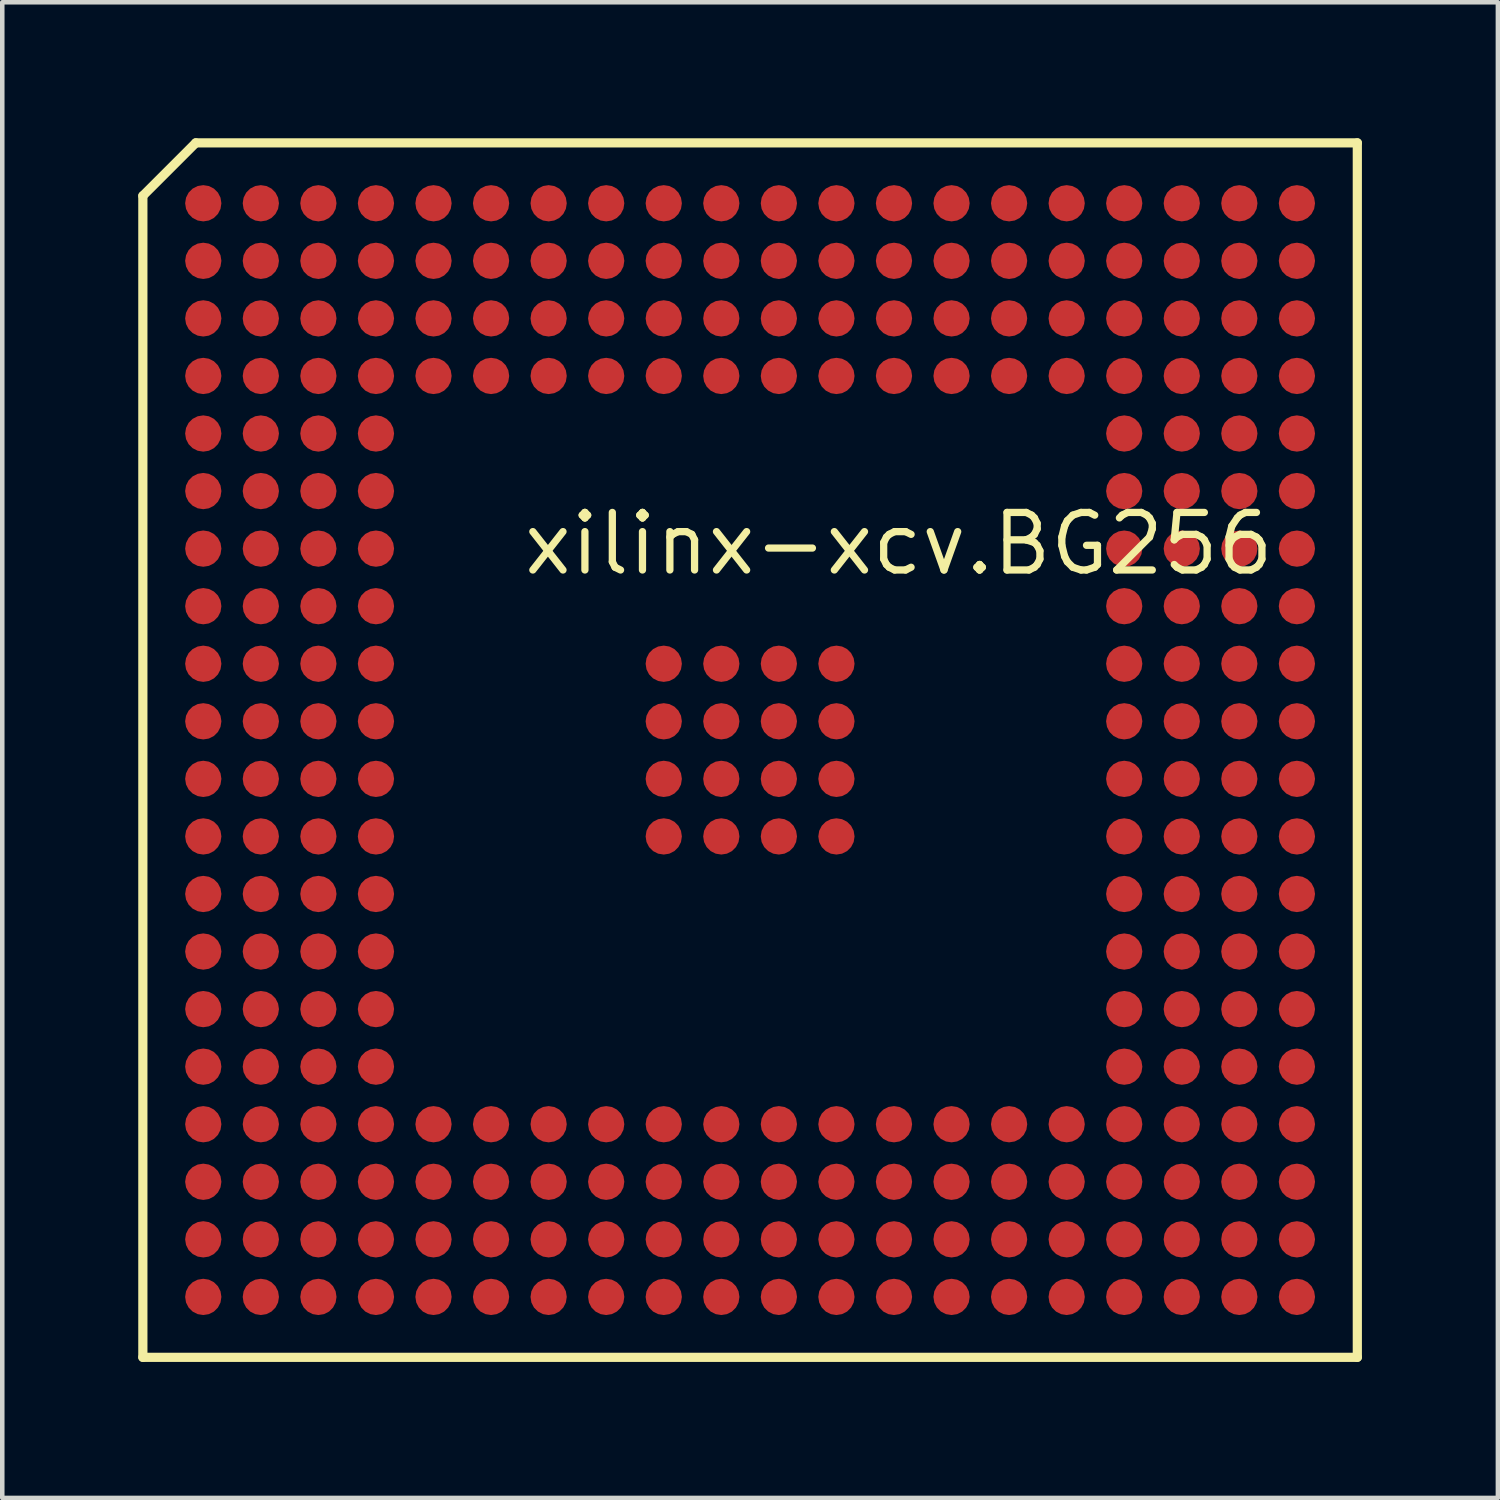
<source format=kicad_pcb>
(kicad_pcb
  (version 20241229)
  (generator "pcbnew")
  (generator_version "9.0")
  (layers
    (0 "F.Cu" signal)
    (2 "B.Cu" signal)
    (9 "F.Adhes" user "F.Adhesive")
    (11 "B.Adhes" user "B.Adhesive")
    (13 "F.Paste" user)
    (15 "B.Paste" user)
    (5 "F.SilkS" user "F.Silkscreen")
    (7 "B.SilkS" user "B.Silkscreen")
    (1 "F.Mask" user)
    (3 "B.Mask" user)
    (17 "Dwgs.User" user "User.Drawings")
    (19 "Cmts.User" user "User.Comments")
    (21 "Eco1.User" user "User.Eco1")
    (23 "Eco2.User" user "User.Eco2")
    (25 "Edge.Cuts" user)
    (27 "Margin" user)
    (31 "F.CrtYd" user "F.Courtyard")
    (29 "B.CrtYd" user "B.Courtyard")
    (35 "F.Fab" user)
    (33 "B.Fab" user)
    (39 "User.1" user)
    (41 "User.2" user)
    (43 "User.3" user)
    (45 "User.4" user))
  (footprint "xilinx-xcv.BG256"
    (layer "F.Cu")
    (at 13.5 13.5)
    (property "Reference" "xilinx-xcv.BG256" (at -5.08 -3.81 0) (layer "F.SilkS") (effects (font (size 1.27 1.27) (thickness 0.16)) (justify left bottom)))
    (attr smd)
    (fp_circle (center -12.065 -12.065) (end -11.665 -12.065) (stroke (width 0.1) (type default)) (fill no) (layer "F.Mask"))
    (fp_circle (center -12.065 -10.795) (end -11.665 -10.795) (stroke (width 0.1) (type default)) (fill no) (layer "F.Mask"))
    (fp_circle (center -12.065 -9.525) (end -11.665 -9.525) (stroke (width 0.1) (type default)) (fill no) (layer "F.Mask"))
    (fp_circle (center -12.065 -8.255) (end -11.665 -8.255) (stroke (width 0.1) (type default)) (fill no) (layer "F.Mask"))
    (fp_circle (center -12.065 -6.985) (end -11.665 -6.985) (stroke (width 0.1) (type default)) (fill no) (layer "F.Mask"))
    (fp_circle (center -12.065 -5.715) (end -11.665 -5.715) (stroke (width 0.1) (type default)) (fill no) (layer "F.Mask"))
    (fp_circle (center -12.065 -4.445) (end -11.665 -4.445) (stroke (width 0.1) (type default)) (fill no) (layer "F.Mask"))
    (fp_circle (center -12.065 -3.175) (end -11.665 -3.175) (stroke (width 0.1) (type default)) (fill no) (layer "F.Mask"))
    (fp_circle (center -12.065 -1.905) (end -11.665 -1.905) (stroke (width 0.1) (type default)) (fill no) (layer "F.Mask"))
    (fp_circle (center -12.065 -0.635) (end -11.665 -0.635) (stroke (width 0.1) (type default)) (fill no) (layer "F.Mask"))
    (fp_circle (center -12.065 0.635) (end -11.665 0.635) (stroke (width 0.1) (type default)) (fill no) (layer "F.Mask"))
    (fp_circle (center -12.065 1.905) (end -11.665 1.905) (stroke (width 0.1) (type default)) (fill no) (layer "F.Mask"))
    (fp_circle (center -12.065 3.175) (end -11.665 3.175) (stroke (width 0.1) (type default)) (fill no) (layer "F.Mask"))
    (fp_circle (center -12.065 4.445) (end -11.665 4.445) (stroke (width 0.1) (type default)) (fill no) (layer "F.Mask"))
    (fp_circle (center -12.065 5.715) (end -11.665 5.715) (stroke (width 0.1) (type default)) (fill no) (layer "F.Mask"))
    (fp_circle (center -12.065 6.985) (end -11.665 6.985) (stroke (width 0.1) (type default)) (fill no) (layer "F.Mask"))
    (fp_circle (center -12.065 8.255) (end -11.665 8.255) (stroke (width 0.1) (type default)) (fill no) (layer "F.Mask"))
    (fp_circle (center -12.065 9.525) (end -11.665 9.525) (stroke (width 0.1) (type default)) (fill no) (layer "F.Mask"))
    (fp_circle (center -12.065 10.795) (end -11.665 10.795) (stroke (width 0.1) (type default)) (fill no) (layer "F.Mask"))
    (fp_circle (center -12.065 12.065) (end -11.665 12.065) (stroke (width 0.1) (type default)) (fill no) (layer "F.Mask"))
    (fp_circle (center -10.795 -12.065) (end -10.395 -12.065) (stroke (width 0.1) (type default)) (fill no) (layer "F.Mask"))
    (fp_circle (center -10.795 -10.795) (end -10.395 -10.795) (stroke (width 0.1) (type default)) (fill no) (layer "F.Mask"))
    (fp_circle (center -10.795 -9.525) (end -10.395 -9.525) (stroke (width 0.1) (type default)) (fill no) (layer "F.Mask"))
    (fp_circle (center -10.795 -8.255) (end -10.395 -8.255) (stroke (width 0.1) (type default)) (fill no) (layer "F.Mask"))
    (fp_circle (center -10.795 -6.985) (end -10.395 -6.985) (stroke (width 0.1) (type default)) (fill no) (layer "F.Mask"))
    (fp_circle (center -10.795 -5.715) (end -10.395 -5.715) (stroke (width 0.1) (type default)) (fill no) (layer "F.Mask"))
    (fp_circle (center -10.795 -4.445) (end -10.395 -4.445) (stroke (width 0.1) (type default)) (fill no) (layer "F.Mask"))
    (fp_circle (center -10.795 -3.175) (end -10.395 -3.175) (stroke (width 0.1) (type default)) (fill no) (layer "F.Mask"))
    (fp_circle (center -10.795 -1.905) (end -10.395 -1.905) (stroke (width 0.1) (type default)) (fill no) (layer "F.Mask"))
    (fp_circle (center -10.795 -0.635) (end -10.395 -0.635) (stroke (width 0.1) (type default)) (fill no) (layer "F.Mask"))
    (fp_circle (center -10.795 0.635) (end -10.395 0.635) (stroke (width 0.1) (type default)) (fill no) (layer "F.Mask"))
    (fp_circle (center -10.795 1.905) (end -10.395 1.905) (stroke (width 0.1) (type default)) (fill no) (layer "F.Mask"))
    (fp_circle (center -10.795 3.175) (end -10.395 3.175) (stroke (width 0.1) (type default)) (fill no) (layer "F.Mask"))
    (fp_circle (center -10.795 4.445) (end -10.395 4.445) (stroke (width 0.1) (type default)) (fill no) (layer "F.Mask"))
    (fp_circle (center -10.795 5.715) (end -10.395 5.715) (stroke (width 0.1) (type default)) (fill no) (layer "F.Mask"))
    (fp_circle (center -10.795 6.985) (end -10.395 6.985) (stroke (width 0.1) (type default)) (fill no) (layer "F.Mask"))
    (fp_circle (center -10.795 8.255) (end -10.395 8.255) (stroke (width 0.1) (type default)) (fill no) (layer "F.Mask"))
    (fp_circle (center -10.795 9.525) (end -10.395 9.525) (stroke (width 0.1) (type default)) (fill no) (layer "F.Mask"))
    (fp_circle (center -10.795 10.795) (end -10.395 10.795) (stroke (width 0.1) (type default)) (fill no) (layer "F.Mask"))
    (fp_circle (center -10.795 12.065) (end -10.395 12.065) (stroke (width 0.1) (type default)) (fill no) (layer "F.Mask"))
    (fp_circle (center -9.525 -12.065) (end -9.125 -12.065) (stroke (width 0.1) (type default)) (fill no) (layer "F.Mask"))
    (fp_circle (center -9.525 -10.795) (end -9.125 -10.795) (stroke (width 0.1) (type default)) (fill no) (layer "F.Mask"))
    (fp_circle (center -9.525 -9.525) (end -9.125 -9.525) (stroke (width 0.1) (type default)) (fill no) (layer "F.Mask"))
    (fp_circle (center -9.525 -8.255) (end -9.125 -8.255) (stroke (width 0.1) (type default)) (fill no) (layer "F.Mask"))
    (fp_circle (center -9.525 -6.985) (end -9.125 -6.985) (stroke (width 0.1) (type default)) (fill no) (layer "F.Mask"))
    (fp_circle (center -9.525 -5.715) (end -9.125 -5.715) (stroke (width 0.1) (type default)) (fill no) (layer "F.Mask"))
    (fp_circle (center -9.525 -4.445) (end -9.125 -4.445) (stroke (width 0.1) (type default)) (fill no) (layer "F.Mask"))
    (fp_circle (center -9.525 -3.175) (end -9.125 -3.175) (stroke (width 0.1) (type default)) (fill no) (layer "F.Mask"))
    (fp_circle (center -9.525 -1.905) (end -9.125 -1.905) (stroke (width 0.1) (type default)) (fill no) (layer "F.Mask"))
    (fp_circle (center -9.525 -0.635) (end -9.125 -0.635) (stroke (width 0.1) (type default)) (fill no) (layer "F.Mask"))
    (fp_circle (center -9.525 0.635) (end -9.125 0.635) (stroke (width 0.1) (type default)) (fill no) (layer "F.Mask"))
    (fp_circle (center -9.525 1.905) (end -9.125 1.905) (stroke (width 0.1) (type default)) (fill no) (layer "F.Mask"))
    (fp_circle (center -9.525 3.175) (end -9.125 3.175) (stroke (width 0.1) (type default)) (fill no) (layer "F.Mask"))
    (fp_circle (center -9.525 4.445) (end -9.125 4.445) (stroke (width 0.1) (type default)) (fill no) (layer "F.Mask"))
    (fp_circle (center -9.525 5.715) (end -9.125 5.715) (stroke (width 0.1) (type default)) (fill no) (layer "F.Mask"))
    (fp_circle (center -9.525 6.985) (end -9.125 6.985) (stroke (width 0.1) (type default)) (fill no) (layer "F.Mask"))
    (fp_circle (center -9.525 8.255) (end -9.125 8.255) (stroke (width 0.1) (type default)) (fill no) (layer "F.Mask"))
    (fp_circle (center -9.525 9.525) (end -9.125 9.525) (stroke (width 0.1) (type default)) (fill no) (layer "F.Mask"))
    (fp_circle (center -9.525 10.795) (end -9.125 10.795) (stroke (width 0.1) (type default)) (fill no) (layer "F.Mask"))
    (fp_circle (center -9.525 12.065) (end -9.125 12.065) (stroke (width 0.1) (type default)) (fill no) (layer "F.Mask"))
    (fp_circle (center -8.255 -12.065) (end -7.855 -12.065) (stroke (width 0.1) (type default)) (fill no) (layer "F.Mask"))
    (fp_circle (center -8.255 -10.795) (end -7.855 -10.795) (stroke (width 0.1) (type default)) (fill no) (layer "F.Mask"))
    (fp_circle (center -8.255 -9.525) (end -7.855 -9.525) (stroke (width 0.1) (type default)) (fill no) (layer "F.Mask"))
    (fp_circle (center -8.255 -8.255) (end -7.855 -8.255) (stroke (width 0.1) (type default)) (fill no) (layer "F.Mask"))
    (fp_circle (center -8.255 -6.985) (end -7.855 -6.985) (stroke (width 0.1) (type default)) (fill no) (layer "F.Mask"))
    (fp_circle (center -8.255 -5.715) (end -7.855 -5.715) (stroke (width 0.1) (type default)) (fill no) (layer "F.Mask"))
    (fp_circle (center -8.255 -4.445) (end -7.855 -4.445) (stroke (width 0.1) (type default)) (fill no) (layer "F.Mask"))
    (fp_circle (center -8.255 -3.175) (end -7.855 -3.175) (stroke (width 0.1) (type default)) (fill no) (layer "F.Mask"))
    (fp_circle (center -8.255 -1.905) (end -7.855 -1.905) (stroke (width 0.1) (type default)) (fill no) (layer "F.Mask"))
    (fp_circle (center -8.255 -0.635) (end -7.855 -0.635) (stroke (width 0.1) (type default)) (fill no) (layer "F.Mask"))
    (fp_circle (center -8.255 0.635) (end -7.855 0.635) (stroke (width 0.1) (type default)) (fill no) (layer "F.Mask"))
    (fp_circle (center -8.255 1.905) (end -7.855 1.905) (stroke (width 0.1) (type default)) (fill no) (layer "F.Mask"))
    (fp_circle (center -8.255 3.175) (end -7.855 3.175) (stroke (width 0.1) (type default)) (fill no) (layer "F.Mask"))
    (fp_circle (center -8.255 4.445) (end -7.855 4.445) (stroke (width 0.1) (type default)) (fill no) (layer "F.Mask"))
    (fp_circle (center -8.255 5.715) (end -7.855 5.715) (stroke (width 0.1) (type default)) (fill no) (layer "F.Mask"))
    (fp_circle (center -8.255 6.985) (end -7.855 6.985) (stroke (width 0.1) (type default)) (fill no) (layer "F.Mask"))
    (fp_circle (center -8.255 8.255) (end -7.855 8.255) (stroke (width 0.1) (type default)) (fill no) (layer "F.Mask"))
    (fp_circle (center -8.255 9.525) (end -7.855 9.525) (stroke (width 0.1) (type default)) (fill no) (layer "F.Mask"))
    (fp_circle (center -8.255 10.795) (end -7.855 10.795) (stroke (width 0.1) (type default)) (fill no) (layer "F.Mask"))
    (fp_circle (center -8.255 12.065) (end -7.855 12.065) (stroke (width 0.1) (type default)) (fill no) (layer "F.Mask"))
    (fp_circle (center -6.985 -12.065) (end -6.585 -12.065) (stroke (width 0.1) (type default)) (fill no) (layer "F.Mask"))
    (fp_circle (center -6.985 -10.795) (end -6.585 -10.795) (stroke (width 0.1) (type default)) (fill no) (layer "F.Mask"))
    (fp_circle (center -6.985 -9.525) (end -6.585 -9.525) (stroke (width 0.1) (type default)) (fill no) (layer "F.Mask"))
    (fp_circle (center -6.985 -8.255) (end -6.585 -8.255) (stroke (width 0.1) (type default)) (fill no) (layer "F.Mask"))
    (fp_circle (center -6.985 8.255) (end -6.585 8.255) (stroke (width 0.1) (type default)) (fill no) (layer "F.Mask"))
    (fp_circle (center -6.985 9.525) (end -6.585 9.525) (stroke (width 0.1) (type default)) (fill no) (layer "F.Mask"))
    (fp_circle (center -6.985 10.795) (end -6.585 10.795) (stroke (width 0.1) (type default)) (fill no) (layer "F.Mask"))
    (fp_circle (center -6.985 12.065) (end -6.585 12.065) (stroke (width 0.1) (type default)) (fill no) (layer "F.Mask"))
    (fp_circle (center -5.715 -12.065) (end -5.315 -12.065) (stroke (width 0.1) (type default)) (fill no) (layer "F.Mask"))
    (fp_circle (center -5.715 -10.795) (end -5.315 -10.795) (stroke (width 0.1) (type default)) (fill no) (layer "F.Mask"))
    (fp_circle (center -5.715 -9.525) (end -5.315 -9.525) (stroke (width 0.1) (type default)) (fill no) (layer "F.Mask"))
    (fp_circle (center -5.715 -8.255) (end -5.315 -8.255) (stroke (width 0.1) (type default)) (fill no) (layer "F.Mask"))
    (fp_circle (center -5.715 8.255) (end -5.315 8.255) (stroke (width 0.1) (type default)) (fill no) (layer "F.Mask"))
    (fp_circle (center -5.715 9.525) (end -5.315 9.525) (stroke (width 0.1) (type default)) (fill no) (layer "F.Mask"))
    (fp_circle (center -5.715 10.795) (end -5.315 10.795) (stroke (width 0.1) (type default)) (fill no) (layer "F.Mask"))
    (fp_circle (center -5.715 12.065) (end -5.315 12.065) (stroke (width 0.1) (type default)) (fill no) (layer "F.Mask"))
    (fp_circle (center -4.445 -12.065) (end -4.045 -12.065) (stroke (width 0.1) (type default)) (fill no) (layer "F.Mask"))
    (fp_circle (center -4.445 -10.795) (end -4.045 -10.795) (stroke (width 0.1) (type default)) (fill no) (layer "F.Mask"))
    (fp_circle (center -4.445 -9.525) (end -4.045 -9.525) (stroke (width 0.1) (type default)) (fill no) (layer "F.Mask"))
    (fp_circle (center -4.445 -8.255) (end -4.045 -8.255) (stroke (width 0.1) (type default)) (fill no) (layer "F.Mask"))
    (fp_circle (center -4.445 8.255) (end -4.045 8.255) (stroke (width 0.1) (type default)) (fill no) (layer "F.Mask"))
    (fp_circle (center -4.445 9.525) (end -4.045 9.525) (stroke (width 0.1) (type default)) (fill no) (layer "F.Mask"))
    (fp_circle (center -4.445 10.795) (end -4.045 10.795) (stroke (width 0.1) (type default)) (fill no) (layer "F.Mask"))
    (fp_circle (center -4.445 12.065) (end -4.045 12.065) (stroke (width 0.1) (type default)) (fill no) (layer "F.Mask"))
    (fp_circle (center -3.175 -12.065) (end -2.775 -12.065) (stroke (width 0.1) (type default)) (fill no) (layer "F.Mask"))
    (fp_circle (center -3.175 -10.795) (end -2.775 -10.795) (stroke (width 0.1) (type default)) (fill no) (layer "F.Mask"))
    (fp_circle (center -3.175 -9.525) (end -2.775 -9.525) (stroke (width 0.1) (type default)) (fill no) (layer "F.Mask"))
    (fp_circle (center -3.175 -8.255) (end -2.775 -8.255) (stroke (width 0.1) (type default)) (fill no) (layer "F.Mask"))
    (fp_circle (center -3.175 8.255) (end -2.775 8.255) (stroke (width 0.1) (type default)) (fill no) (layer "F.Mask"))
    (fp_circle (center -3.175 9.525) (end -2.775 9.525) (stroke (width 0.1) (type default)) (fill no) (layer "F.Mask"))
    (fp_circle (center -3.175 10.795) (end -2.775 10.795) (stroke (width 0.1) (type default)) (fill no) (layer "F.Mask"))
    (fp_circle (center -3.175 12.065) (end -2.775 12.065) (stroke (width 0.1) (type default)) (fill no) (layer "F.Mask"))
    (fp_circle (center -1.905 -12.065) (end -1.505 -12.065) (stroke (width 0.1) (type default)) (fill no) (layer "F.Mask"))
    (fp_circle (center -1.905 -10.795) (end -1.505 -10.795) (stroke (width 0.1) (type default)) (fill no) (layer "F.Mask"))
    (fp_circle (center -1.905 -9.525) (end -1.505 -9.525) (stroke (width 0.1) (type default)) (fill no) (layer "F.Mask"))
    (fp_circle (center -1.905 -8.255) (end -1.505 -8.255) (stroke (width 0.1) (type default)) (fill no) (layer "F.Mask"))
    (fp_circle (center -1.905 -1.905) (end -1.505 -1.905) (stroke (width 0.1) (type default)) (fill no) (layer "F.Mask"))
    (fp_circle (center -1.905 -0.635) (end -1.505 -0.635) (stroke (width 0.1) (type default)) (fill no) (layer "F.Mask"))
    (fp_circle (center -1.905 0.635) (end -1.505 0.635) (stroke (width 0.1) (type default)) (fill no) (layer "F.Mask"))
    (fp_circle (center -1.905 1.905) (end -1.505 1.905) (stroke (width 0.1) (type default)) (fill no) (layer "F.Mask"))
    (fp_circle (center -1.905 8.255) (end -1.505 8.255) (stroke (width 0.1) (type default)) (fill no) (layer "F.Mask"))
    (fp_circle (center -1.905 9.525) (end -1.505 9.525) (stroke (width 0.1) (type default)) (fill no) (layer "F.Mask"))
    (fp_circle (center -1.905 10.795) (end -1.505 10.795) (stroke (width 0.1) (type default)) (fill no) (layer "F.Mask"))
    (fp_circle (center -1.905 12.065) (end -1.505 12.065) (stroke (width 0.1) (type default)) (fill no) (layer "F.Mask"))
    (fp_circle (center -0.635 -12.065) (end -0.235 -12.065) (stroke (width 0.1) (type default)) (fill no) (layer "F.Mask"))
    (fp_circle (center -0.635 -10.795) (end -0.235 -10.795) (stroke (width 0.1) (type default)) (fill no) (layer "F.Mask"))
    (fp_circle (center -0.635 -9.525) (end -0.235 -9.525) (stroke (width 0.1) (type default)) (fill no) (layer "F.Mask"))
    (fp_circle (center -0.635 -8.255) (end -0.235 -8.255) (stroke (width 0.1) (type default)) (fill no) (layer "F.Mask"))
    (fp_circle (center -0.635 -1.905) (end -0.235 -1.905) (stroke (width 0.1) (type default)) (fill no) (layer "F.Mask"))
    (fp_circle (center -0.635 -0.635) (end -0.235 -0.635) (stroke (width 0.1) (type default)) (fill no) (layer "F.Mask"))
    (fp_circle (center -0.635 0.635) (end -0.235 0.635) (stroke (width 0.1) (type default)) (fill no) (layer "F.Mask"))
    (fp_circle (center -0.635 1.905) (end -0.235 1.905) (stroke (width 0.1) (type default)) (fill no) (layer "F.Mask"))
    (fp_circle (center -0.635 8.255) (end -0.235 8.255) (stroke (width 0.1) (type default)) (fill no) (layer "F.Mask"))
    (fp_circle (center -0.635 9.525) (end -0.235 9.525) (stroke (width 0.1) (type default)) (fill no) (layer "F.Mask"))
    (fp_circle (center -0.635 10.795) (end -0.235 10.795) (stroke (width 0.1) (type default)) (fill no) (layer "F.Mask"))
    (fp_circle (center -0.635 12.065) (end -0.235 12.065) (stroke (width 0.1) (type default)) (fill no) (layer "F.Mask"))
    (fp_circle (center 0.635 -12.065) (end 1.035 -12.065) (stroke (width 0.1) (type default)) (fill no) (layer "F.Mask"))
    (fp_circle (center 0.635 -10.795) (end 1.035 -10.795) (stroke (width 0.1) (type default)) (fill no) (layer "F.Mask"))
    (fp_circle (center 0.635 -9.525) (end 1.035 -9.525) (stroke (width 0.1) (type default)) (fill no) (layer "F.Mask"))
    (fp_circle (center 0.635 -8.255) (end 1.035 -8.255) (stroke (width 0.1) (type default)) (fill no) (layer "F.Mask"))
    (fp_circle (center 0.635 -1.905) (end 1.035 -1.905) (stroke (width 0.1) (type default)) (fill no) (layer "F.Mask"))
    (fp_circle (center 0.635 -0.635) (end 1.035 -0.635) (stroke (width 0.1) (type default)) (fill no) (layer "F.Mask"))
    (fp_circle (center 0.635 0.635) (end 1.035 0.635) (stroke (width 0.1) (type default)) (fill no) (layer "F.Mask"))
    (fp_circle (center 0.635 1.905) (end 1.035 1.905) (stroke (width 0.1) (type default)) (fill no) (layer "F.Mask"))
    (fp_circle (center 0.635 8.255) (end 1.035 8.255) (stroke (width 0.1) (type default)) (fill no) (layer "F.Mask"))
    (fp_circle (center 0.635 9.525) (end 1.035 9.525) (stroke (width 0.1) (type default)) (fill no) (layer "F.Mask"))
    (fp_circle (center 0.635 10.795) (end 1.035 10.795) (stroke (width 0.1) (type default)) (fill no) (layer "F.Mask"))
    (fp_circle (center 0.635 12.065) (end 1.035 12.065) (stroke (width 0.1) (type default)) (fill no) (layer "F.Mask"))
    (fp_circle (center 1.905 -12.065) (end 2.305 -12.065) (stroke (width 0.1) (type default)) (fill no) (layer "F.Mask"))
    (fp_circle (center 1.905 -10.795) (end 2.305 -10.795) (stroke (width 0.1) (type default)) (fill no) (layer "F.Mask"))
    (fp_circle (center 1.905 -9.525) (end 2.305 -9.525) (stroke (width 0.1) (type default)) (fill no) (layer "F.Mask"))
    (fp_circle (center 1.905 -8.255) (end 2.305 -8.255) (stroke (width 0.1) (type default)) (fill no) (layer "F.Mask"))
    (fp_circle (center 1.905 -1.905) (end 2.305 -1.905) (stroke (width 0.1) (type default)) (fill no) (layer "F.Mask"))
    (fp_circle (center 1.905 -0.635) (end 2.305 -0.635) (stroke (width 0.1) (type default)) (fill no) (layer "F.Mask"))
    (fp_circle (center 1.905 0.635) (end 2.305 0.635) (stroke (width 0.1) (type default)) (fill no) (layer "F.Mask"))
    (fp_circle (center 1.905 1.905) (end 2.305 1.905) (stroke (width 0.1) (type default)) (fill no) (layer "F.Mask"))
    (fp_circle (center 1.905 8.255) (end 2.305 8.255) (stroke (width 0.1) (type default)) (fill no) (layer "F.Mask"))
    (fp_circle (center 1.905 9.525) (end 2.305 9.525) (stroke (width 0.1) (type default)) (fill no) (layer "F.Mask"))
    (fp_circle (center 1.905 10.795) (end 2.305 10.795) (stroke (width 0.1) (type default)) (fill no) (layer "F.Mask"))
    (fp_circle (center 1.905 12.065) (end 2.305 12.065) (stroke (width 0.1) (type default)) (fill no) (layer "F.Mask"))
    (fp_circle (center 3.175 -12.065) (end 3.575 -12.065) (stroke (width 0.1) (type default)) (fill no) (layer "F.Mask"))
    (fp_circle (center 3.175 -10.795) (end 3.575 -10.795) (stroke (width 0.1) (type default)) (fill no) (layer "F.Mask"))
    (fp_circle (center 3.175 -9.525) (end 3.575 -9.525) (stroke (width 0.1) (type default)) (fill no) (layer "F.Mask"))
    (fp_circle (center 3.175 -8.255) (end 3.575 -8.255) (stroke (width 0.1) (type default)) (fill no) (layer "F.Mask"))
    (fp_circle (center 3.175 8.255) (end 3.575 8.255) (stroke (width 0.1) (type default)) (fill no) (layer "F.Mask"))
    (fp_circle (center 3.175 9.525) (end 3.575 9.525) (stroke (width 0.1) (type default)) (fill no) (layer "F.Mask"))
    (fp_circle (center 3.175 10.795) (end 3.575 10.795) (stroke (width 0.1) (type default)) (fill no) (layer "F.Mask"))
    (fp_circle (center 3.175 12.065) (end 3.575 12.065) (stroke (width 0.1) (type default)) (fill no) (layer "F.Mask"))
    (fp_circle (center 4.445 -12.065) (end 4.845 -12.065) (stroke (width 0.1) (type default)) (fill no) (layer "F.Mask"))
    (fp_circle (center 4.445 -10.795) (end 4.845 -10.795) (stroke (width 0.1) (type default)) (fill no) (layer "F.Mask"))
    (fp_circle (center 4.445 -9.525) (end 4.845 -9.525) (stroke (width 0.1) (type default)) (fill no) (layer "F.Mask"))
    (fp_circle (center 4.445 -8.255) (end 4.845 -8.255) (stroke (width 0.1) (type default)) (fill no) (layer "F.Mask"))
    (fp_circle (center 4.445 8.255) (end 4.845 8.255) (stroke (width 0.1) (type default)) (fill no) (layer "F.Mask"))
    (fp_circle (center 4.445 9.525) (end 4.845 9.525) (stroke (width 0.1) (type default)) (fill no) (layer "F.Mask"))
    (fp_circle (center 4.445 10.795) (end 4.845 10.795) (stroke (width 0.1) (type default)) (fill no) (layer "F.Mask"))
    (fp_circle (center 4.445 12.065) (end 4.845 12.065) (stroke (width 0.1) (type default)) (fill no) (layer "F.Mask"))
    (fp_circle (center 5.715 -12.065) (end 6.115 -12.065) (stroke (width 0.1) (type default)) (fill no) (layer "F.Mask"))
    (fp_circle (center 5.715 -10.795) (end 6.115 -10.795) (stroke (width 0.1) (type default)) (fill no) (layer "F.Mask"))
    (fp_circle (center 5.715 -9.525) (end 6.115 -9.525) (stroke (width 0.1) (type default)) (fill no) (layer "F.Mask"))
    (fp_circle (center 5.715 -8.255) (end 6.115 -8.255) (stroke (width 0.1) (type default)) (fill no) (layer "F.Mask"))
    (fp_circle (center 5.715 8.255) (end 6.115 8.255) (stroke (width 0.1) (type default)) (fill no) (layer "F.Mask"))
    (fp_circle (center 5.715 9.525) (end 6.115 9.525) (stroke (width 0.1) (type default)) (fill no) (layer "F.Mask"))
    (fp_circle (center 5.715 10.795) (end 6.115 10.795) (stroke (width 0.1) (type default)) (fill no) (layer "F.Mask"))
    (fp_circle (center 5.715 12.065) (end 6.115 12.065) (stroke (width 0.1) (type default)) (fill no) (layer "F.Mask"))
    (fp_circle (center 6.985 -12.065) (end 7.385 -12.065) (stroke (width 0.1) (type default)) (fill no) (layer "F.Mask"))
    (fp_circle (center 6.985 -10.795) (end 7.385 -10.795) (stroke (width 0.1) (type default)) (fill no) (layer "F.Mask"))
    (fp_circle (center 6.985 -9.525) (end 7.385 -9.525) (stroke (width 0.1) (type default)) (fill no) (layer "F.Mask"))
    (fp_circle (center 6.985 -8.255) (end 7.385 -8.255) (stroke (width 0.1) (type default)) (fill no) (layer "F.Mask"))
    (fp_circle (center 6.985 8.255) (end 7.385 8.255) (stroke (width 0.1) (type default)) (fill no) (layer "F.Mask"))
    (fp_circle (center 6.985 9.525) (end 7.385 9.525) (stroke (width 0.1) (type default)) (fill no) (layer "F.Mask"))
    (fp_circle (center 6.985 10.795) (end 7.385 10.795) (stroke (width 0.1) (type default)) (fill no) (layer "F.Mask"))
    (fp_circle (center 6.985 12.065) (end 7.385 12.065) (stroke (width 0.1) (type default)) (fill no) (layer "F.Mask"))
    (fp_circle (center 8.255 -12.065) (end 8.655 -12.065) (stroke (width 0.1) (type default)) (fill no) (layer "F.Mask"))
    (fp_circle (center 8.255 -10.795) (end 8.655 -10.795) (stroke (width 0.1) (type default)) (fill no) (layer "F.Mask"))
    (fp_circle (center 8.255 -9.525) (end 8.655 -9.525) (stroke (width 0.1) (type default)) (fill no) (layer "F.Mask"))
    (fp_circle (center 8.255 -8.255) (end 8.655 -8.255) (stroke (width 0.1) (type default)) (fill no) (layer "F.Mask"))
    (fp_circle (center 8.255 -6.985) (end 8.655 -6.985) (stroke (width 0.1) (type default)) (fill no) (layer "F.Mask"))
    (fp_circle (center 8.255 -5.715) (end 8.655 -5.715) (stroke (width 0.1) (type default)) (fill no) (layer "F.Mask"))
    (fp_circle (center 8.255 -4.445) (end 8.655 -4.445) (stroke (width 0.1) (type default)) (fill no) (layer "F.Mask"))
    (fp_circle (center 8.255 -3.175) (end 8.655 -3.175) (stroke (width 0.1) (type default)) (fill no) (layer "F.Mask"))
    (fp_circle (center 8.255 -1.905) (end 8.655 -1.905) (stroke (width 0.1) (type default)) (fill no) (layer "F.Mask"))
    (fp_circle (center 8.255 -0.635) (end 8.655 -0.635) (stroke (width 0.1) (type default)) (fill no) (layer "F.Mask"))
    (fp_circle (center 8.255 0.635) (end 8.655 0.635) (stroke (width 0.1) (type default)) (fill no) (layer "F.Mask"))
    (fp_circle (center 8.255 1.905) (end 8.655 1.905) (stroke (width 0.1) (type default)) (fill no) (layer "F.Mask"))
    (fp_circle (center 8.255 3.175) (end 8.655 3.175) (stroke (width 0.1) (type default)) (fill no) (layer "F.Mask"))
    (fp_circle (center 8.255 4.445) (end 8.655 4.445) (stroke (width 0.1) (type default)) (fill no) (layer "F.Mask"))
    (fp_circle (center 8.255 5.715) (end 8.655 5.715) (stroke (width 0.1) (type default)) (fill no) (layer "F.Mask"))
    (fp_circle (center 8.255 6.985) (end 8.655 6.985) (stroke (width 0.1) (type default)) (fill no) (layer "F.Mask"))
    (fp_circle (center 8.255 8.255) (end 8.655 8.255) (stroke (width 0.1) (type default)) (fill no) (layer "F.Mask"))
    (fp_circle (center 8.255 9.525) (end 8.655 9.525) (stroke (width 0.1) (type default)) (fill no) (layer "F.Mask"))
    (fp_circle (center 8.255 10.795) (end 8.655 10.795) (stroke (width 0.1) (type default)) (fill no) (layer "F.Mask"))
    (fp_circle (center 8.255 12.065) (end 8.655 12.065) (stroke (width 0.1) (type default)) (fill no) (layer "F.Mask"))
    (fp_circle (center 9.525 -12.065) (end 9.925 -12.065) (stroke (width 0.1) (type default)) (fill no) (layer "F.Mask"))
    (fp_circle (center 9.525 -10.795) (end 9.925 -10.795) (stroke (width 0.1) (type default)) (fill no) (layer "F.Mask"))
    (fp_circle (center 9.525 -9.525) (end 9.925 -9.525) (stroke (width 0.1) (type default)) (fill no) (layer "F.Mask"))
    (fp_circle (center 9.525 -8.255) (end 9.925 -8.255) (stroke (width 0.1) (type default)) (fill no) (layer "F.Mask"))
    (fp_circle (center 9.525 -6.985) (end 9.925 -6.985) (stroke (width 0.1) (type default)) (fill no) (layer "F.Mask"))
    (fp_circle (center 9.525 -5.715) (end 9.925 -5.715) (stroke (width 0.1) (type default)) (fill no) (layer "F.Mask"))
    (fp_circle (center 9.525 -4.445) (end 9.925 -4.445) (stroke (width 0.1) (type default)) (fill no) (layer "F.Mask"))
    (fp_circle (center 9.525 -3.175) (end 9.925 -3.175) (stroke (width 0.1) (type default)) (fill no) (layer "F.Mask"))
    (fp_circle (center 9.525 -1.905) (end 9.925 -1.905) (stroke (width 0.1) (type default)) (fill no) (layer "F.Mask"))
    (fp_circle (center 9.525 -0.635) (end 9.925 -0.635) (stroke (width 0.1) (type default)) (fill no) (layer "F.Mask"))
    (fp_circle (center 9.525 0.635) (end 9.925 0.635) (stroke (width 0.1) (type default)) (fill no) (layer "F.Mask"))
    (fp_circle (center 9.525 1.905) (end 9.925 1.905) (stroke (width 0.1) (type default)) (fill no) (layer "F.Mask"))
    (fp_circle (center 9.525 3.175) (end 9.925 3.175) (stroke (width 0.1) (type default)) (fill no) (layer "F.Mask"))
    (fp_circle (center 9.525 4.445) (end 9.925 4.445) (stroke (width 0.1) (type default)) (fill no) (layer "F.Mask"))
    (fp_circle (center 9.525 5.715) (end 9.925 5.715) (stroke (width 0.1) (type default)) (fill no) (layer "F.Mask"))
    (fp_circle (center 9.525 6.985) (end 9.925 6.985) (stroke (width 0.1) (type default)) (fill no) (layer "F.Mask"))
    (fp_circle (center 9.525 8.255) (end 9.925 8.255) (stroke (width 0.1) (type default)) (fill no) (layer "F.Mask"))
    (fp_circle (center 9.525 9.525) (end 9.925 9.525) (stroke (width 0.1) (type default)) (fill no) (layer "F.Mask"))
    (fp_circle (center 9.525 10.795) (end 9.925 10.795) (stroke (width 0.1) (type default)) (fill no) (layer "F.Mask"))
    (fp_circle (center 9.525 12.065) (end 9.925 12.065) (stroke (width 0.1) (type default)) (fill no) (layer "F.Mask"))
    (fp_circle (center 10.795 -12.065) (end 11.195 -12.065) (stroke (width 0.1) (type default)) (fill no) (layer "F.Mask"))
    (fp_circle (center 10.795 -10.795) (end 11.195 -10.795) (stroke (width 0.1) (type default)) (fill no) (layer "F.Mask"))
    (fp_circle (center 10.795 -9.525) (end 11.195 -9.525) (stroke (width 0.1) (type default)) (fill no) (layer "F.Mask"))
    (fp_circle (center 10.795 -8.255) (end 11.195 -8.255) (stroke (width 0.1) (type default)) (fill no) (layer "F.Mask"))
    (fp_circle (center 10.795 -6.985) (end 11.195 -6.985) (stroke (width 0.1) (type default)) (fill no) (layer "F.Mask"))
    (fp_circle (center 10.795 -5.715) (end 11.195 -5.715) (stroke (width 0.1) (type default)) (fill no) (layer "F.Mask"))
    (fp_circle (center 10.795 -4.445) (end 11.195 -4.445) (stroke (width 0.1) (type default)) (fill no) (layer "F.Mask"))
    (fp_circle (center 10.795 -3.175) (end 11.195 -3.175) (stroke (width 0.1) (type default)) (fill no) (layer "F.Mask"))
    (fp_circle (center 10.795 -1.905) (end 11.195 -1.905) (stroke (width 0.1) (type default)) (fill no) (layer "F.Mask"))
    (fp_circle (center 10.795 -0.635) (end 11.195 -0.635) (stroke (width 0.1) (type default)) (fill no) (layer "F.Mask"))
    (fp_circle (center 10.795 0.635) (end 11.195 0.635) (stroke (width 0.1) (type default)) (fill no) (layer "F.Mask"))
    (fp_circle (center 10.795 1.905) (end 11.195 1.905) (stroke (width 0.1) (type default)) (fill no) (layer "F.Mask"))
    (fp_circle (center 10.795 3.175) (end 11.195 3.175) (stroke (width 0.1) (type default)) (fill no) (layer "F.Mask"))
    (fp_circle (center 10.795 4.445) (end 11.195 4.445) (stroke (width 0.1) (type default)) (fill no) (layer "F.Mask"))
    (fp_circle (center 10.795 5.715) (end 11.195 5.715) (stroke (width 0.1) (type default)) (fill no) (layer "F.Mask"))
    (fp_circle (center 10.795 6.985) (end 11.195 6.985) (stroke (width 0.1) (type default)) (fill no) (layer "F.Mask"))
    (fp_circle (center 10.795 8.255) (end 11.195 8.255) (stroke (width 0.1) (type default)) (fill no) (layer "F.Mask"))
    (fp_circle (center 10.795 9.525) (end 11.195 9.525) (stroke (width 0.1) (type default)) (fill no) (layer "F.Mask"))
    (fp_circle (center 10.795 10.795) (end 11.195 10.795) (stroke (width 0.1) (type default)) (fill no) (layer "F.Mask"))
    (fp_circle (center 10.795 12.065) (end 11.195 12.065) (stroke (width 0.1) (type default)) (fill no) (layer "F.Mask"))
    (fp_circle (center 12.065 -12.065) (end 12.465 -12.065) (stroke (width 0.1) (type default)) (fill no) (layer "F.Mask"))
    (fp_circle (center 12.065 -10.795) (end 12.465 -10.795) (stroke (width 0.1) (type default)) (fill no) (layer "F.Mask"))
    (fp_circle (center 12.065 -9.525) (end 12.465 -9.525) (stroke (width 0.1) (type default)) (fill no) (layer "F.Mask"))
    (fp_circle (center 12.065 -8.255) (end 12.465 -8.255) (stroke (width 0.1) (type default)) (fill no) (layer "F.Mask"))
    (fp_circle (center 12.065 -6.985) (end 12.465 -6.985) (stroke (width 0.1) (type default)) (fill no) (layer "F.Mask"))
    (fp_circle (center 12.065 -5.715) (end 12.465 -5.715) (stroke (width 0.1) (type default)) (fill no) (layer "F.Mask"))
    (fp_circle (center 12.065 -4.445) (end 12.465 -4.445) (stroke (width 0.1) (type default)) (fill no) (layer "F.Mask"))
    (fp_circle (center 12.065 -3.175) (end 12.465 -3.175) (stroke (width 0.1) (type default)) (fill no) (layer "F.Mask"))
    (fp_circle (center 12.065 -1.905) (end 12.465 -1.905) (stroke (width 0.1) (type default)) (fill no) (layer "F.Mask"))
    (fp_circle (center 12.065 -0.635) (end 12.465 -0.635) (stroke (width 0.1) (type default)) (fill no) (layer "F.Mask"))
    (fp_circle (center 12.065 0.635) (end 12.465 0.635) (stroke (width 0.1) (type default)) (fill no) (layer "F.Mask"))
    (fp_circle (center 12.065 1.905) (end 12.465 1.905) (stroke (width 0.1) (type default)) (fill no) (layer "F.Mask"))
    (fp_circle (center 12.065 3.175) (end 12.465 3.175) (stroke (width 0.1) (type default)) (fill no) (layer "F.Mask"))
    (fp_circle (center 12.065 4.445) (end 12.465 4.445) (stroke (width 0.1) (type default)) (fill no) (layer "F.Mask"))
    (fp_circle (center 12.065 5.715) (end 12.465 5.715) (stroke (width 0.1) (type default)) (fill no) (layer "F.Mask"))
    (fp_circle (center 12.065 6.985) (end 12.465 6.985) (stroke (width 0.1) (type default)) (fill no) (layer "F.Mask"))
    (fp_circle (center 12.065 8.255) (end 12.465 8.255) (stroke (width 0.1) (type default)) (fill no) (layer "F.Mask"))
    (fp_circle (center 12.065 9.525) (end 12.465 9.525) (stroke (width 0.1) (type default)) (fill no) (layer "F.Mask"))
    (fp_circle (center 12.065 10.795) (end 12.465 10.795) (stroke (width 0.1) (type default)) (fill no) (layer "F.Mask"))
    (fp_circle (center 12.065 12.065) (end 12.465 12.065) (stroke (width 0.1) (type default)) (fill no) (layer "F.Mask"))
    (fp_line (start -13.398 -12.23) (end -13.398 13.398) (stroke (width 0.203) (type default)) (layer "F.SilkS"))
    (fp_line (start -13.398 -12.23) (end -12.23 -13.398) (stroke (width 0.203) (type default)) (layer "F.SilkS"))
    (fp_line (start -13.398 13.398) (end 13.398 13.398) (stroke (width 0.203) (type default)) (layer "F.SilkS"))
    (fp_line (start 13.398 -13.398) (end -12.23 -13.398) (stroke (width 0.203) (type default)) (layer "F.SilkS"))
    (fp_line (start 13.398 13.398) (end 13.398 -13.398) (stroke (width 0.203) (type default)) (layer "F.SilkS"))
    (pad "A1" smd roundrect (at -12.065 -12.065) (size 0.8 0.8) (layers "F.Cu" "F.Mask" "F.Paste") (roundrect_rratio 0.5))
    (pad "A2" smd roundrect (at -10.795 -12.065) (size 0.8 0.8) (layers "F.Cu" "F.Mask" "F.Paste") (roundrect_rratio 0.5))
    (pad "A3" smd roundrect (at -9.525 -12.065) (size 0.8 0.8) (layers "F.Cu" "F.Mask" "F.Paste") (roundrect_rratio 0.5))
    (pad "A4" smd roundrect (at -8.255 -12.065) (size 0.8 0.8) (layers "F.Cu" "F.Mask" "F.Paste") (roundrect_rratio 0.5))
    (pad "A5" smd roundrect (at -6.985 -12.065) (size 0.8 0.8) (layers "F.Cu" "F.Mask" "F.Paste") (roundrect_rratio 0.5))
    (pad "A6" smd roundrect (at -5.715 -12.065) (size 0.8 0.8) (layers "F.Cu" "F.Mask" "F.Paste") (roundrect_rratio 0.5))
    (pad "A7" smd roundrect (at -4.445 -12.065) (size 0.8 0.8) (layers "F.Cu" "F.Mask" "F.Paste") (roundrect_rratio 0.5))
    (pad "A8" smd roundrect (at -3.175 -12.065) (size 0.8 0.8) (layers "F.Cu" "F.Mask" "F.Paste") (roundrect_rratio 0.5))
    (pad "A9" smd roundrect (at -1.905 -12.065) (size 0.8 0.8) (layers "F.Cu" "F.Mask" "F.Paste") (roundrect_rratio 0.5))
    (pad "A10" smd roundrect (at -0.635 -12.065) (size 0.8 0.8) (layers "F.Cu" "F.Mask" "F.Paste") (roundrect_rratio 0.5))
    (pad "A11" smd roundrect (at 0.635 -12.065) (size 0.8 0.8) (layers "F.Cu" "F.Mask" "F.Paste") (roundrect_rratio 0.5))
    (pad "A12" smd roundrect (at 1.905 -12.065) (size 0.8 0.8) (layers "F.Cu" "F.Mask" "F.Paste") (roundrect_rratio 0.5))
    (pad "A13" smd roundrect (at 3.175 -12.065) (size 0.8 0.8) (layers "F.Cu" "F.Mask" "F.Paste") (roundrect_rratio 0.5))
    (pad "A14" smd roundrect (at 4.445 -12.065) (size 0.8 0.8) (layers "F.Cu" "F.Mask" "F.Paste") (roundrect_rratio 0.5))
    (pad "A15" smd roundrect (at 5.715 -12.065) (size 0.8 0.8) (layers "F.Cu" "F.Mask" "F.Paste") (roundrect_rratio 0.5))
    (pad "A16" smd roundrect (at 6.985 -12.065) (size 0.8 0.8) (layers "F.Cu" "F.Mask" "F.Paste") (roundrect_rratio 0.5))
    (pad "A17" smd roundrect (at 8.255 -12.065) (size 0.8 0.8) (layers "F.Cu" "F.Mask" "F.Paste") (roundrect_rratio 0.5))
    (pad "A18" smd roundrect (at 9.525 -12.065) (size 0.8 0.8) (layers "F.Cu" "F.Mask" "F.Paste") (roundrect_rratio 0.5))
    (pad "A19" smd roundrect (at 10.795 -12.065) (size 0.8 0.8) (layers "F.Cu" "F.Mask" "F.Paste") (roundrect_rratio 0.5))
    (pad "A20" smd roundrect (at 12.065 -12.065) (size 0.8 0.8) (layers "F.Cu" "F.Mask" "F.Paste") (roundrect_rratio 0.5))
    (pad "B1" smd roundrect (at -12.065 -10.795) (size 0.8 0.8) (layers "F.Cu" "F.Mask" "F.Paste") (roundrect_rratio 0.5))
    (pad "B2" smd roundrect (at -10.795 -10.795) (size 0.8 0.8) (layers "F.Cu" "F.Mask" "F.Paste") (roundrect_rratio 0.5))
    (pad "B3" smd roundrect (at -9.525 -10.795) (size 0.8 0.8) (layers "F.Cu" "F.Mask" "F.Paste") (roundrect_rratio 0.5))
    (pad "B4" smd roundrect (at -8.255 -10.795) (size 0.8 0.8) (layers "F.Cu" "F.Mask" "F.Paste") (roundrect_rratio 0.5))
    (pad "B5" smd roundrect (at -6.985 -10.795) (size 0.8 0.8) (layers "F.Cu" "F.Mask" "F.Paste") (roundrect_rratio 0.5))
    (pad "B6" smd roundrect (at -5.715 -10.795) (size 0.8 0.8) (layers "F.Cu" "F.Mask" "F.Paste") (roundrect_rratio 0.5))
    (pad "B7" smd roundrect (at -4.445 -10.795) (size 0.8 0.8) (layers "F.Cu" "F.Mask" "F.Paste") (roundrect_rratio 0.5))
    (pad "B8" smd roundrect (at -3.175 -10.795) (size 0.8 0.8) (layers "F.Cu" "F.Mask" "F.Paste") (roundrect_rratio 0.5))
    (pad "B9" smd roundrect (at -1.905 -10.795) (size 0.8 0.8) (layers "F.Cu" "F.Mask" "F.Paste") (roundrect_rratio 0.5))
    (pad "B10" smd roundrect (at -0.635 -10.795) (size 0.8 0.8) (layers "F.Cu" "F.Mask" "F.Paste") (roundrect_rratio 0.5))
    (pad "B11" smd roundrect (at 0.635 -10.795) (size 0.8 0.8) (layers "F.Cu" "F.Mask" "F.Paste") (roundrect_rratio 0.5))
    (pad "B12" smd roundrect (at 1.905 -10.795) (size 0.8 0.8) (layers "F.Cu" "F.Mask" "F.Paste") (roundrect_rratio 0.5))
    (pad "B13" smd roundrect (at 3.175 -10.795) (size 0.8 0.8) (layers "F.Cu" "F.Mask" "F.Paste") (roundrect_rratio 0.5))
    (pad "B14" smd roundrect (at 4.445 -10.795) (size 0.8 0.8) (layers "F.Cu" "F.Mask" "F.Paste") (roundrect_rratio 0.5))
    (pad "B15" smd roundrect (at 5.715 -10.795) (size 0.8 0.8) (layers "F.Cu" "F.Mask" "F.Paste") (roundrect_rratio 0.5))
    (pad "B16" smd roundrect (at 6.985 -10.795) (size 0.8 0.8) (layers "F.Cu" "F.Mask" "F.Paste") (roundrect_rratio 0.5))
    (pad "B17" smd roundrect (at 8.255 -10.795) (size 0.8 0.8) (layers "F.Cu" "F.Mask" "F.Paste") (roundrect_rratio 0.5))
    (pad "B18" smd roundrect (at 9.525 -10.795) (size 0.8 0.8) (layers "F.Cu" "F.Mask" "F.Paste") (roundrect_rratio 0.5))
    (pad "B19" smd roundrect (at 10.795 -10.795) (size 0.8 0.8) (layers "F.Cu" "F.Mask" "F.Paste") (roundrect_rratio 0.5))
    (pad "B20" smd roundrect (at 12.065 -10.795) (size 0.8 0.8) (layers "F.Cu" "F.Mask" "F.Paste") (roundrect_rratio 0.5))
    (pad "C1" smd roundrect (at -12.065 -9.525) (size 0.8 0.8) (layers "F.Cu" "F.Mask" "F.Paste") (roundrect_rratio 0.5))
    (pad "C2" smd roundrect (at -10.795 -9.525) (size 0.8 0.8) (layers "F.Cu" "F.Mask" "F.Paste") (roundrect_rratio 0.5))
    (pad "C3" smd roundrect (at -9.525 -9.525) (size 0.8 0.8) (layers "F.Cu" "F.Mask" "F.Paste") (roundrect_rratio 0.5))
    (pad "C4" smd roundrect (at -8.255 -9.525) (size 0.8 0.8) (layers "F.Cu" "F.Mask" "F.Paste") (roundrect_rratio 0.5))
    (pad "C5" smd roundrect (at -6.985 -9.525) (size 0.8 0.8) (layers "F.Cu" "F.Mask" "F.Paste") (roundrect_rratio 0.5))
    (pad "C6" smd roundrect (at -5.715 -9.525) (size 0.8 0.8) (layers "F.Cu" "F.Mask" "F.Paste") (roundrect_rratio 0.5))
    (pad "C7" smd roundrect (at -4.445 -9.525) (size 0.8 0.8) (layers "F.Cu" "F.Mask" "F.Paste") (roundrect_rratio 0.5))
    (pad "C8" smd roundrect (at -3.175 -9.525) (size 0.8 0.8) (layers "F.Cu" "F.Mask" "F.Paste") (roundrect_rratio 0.5))
    (pad "C9" smd roundrect (at -1.905 -9.525) (size 0.8 0.8) (layers "F.Cu" "F.Mask" "F.Paste") (roundrect_rratio 0.5))
    (pad "C10" smd roundrect (at -0.635 -9.525) (size 0.8 0.8) (layers "F.Cu" "F.Mask" "F.Paste") (roundrect_rratio 0.5))
    (pad "C11" smd roundrect (at 0.635 -9.525) (size 0.8 0.8) (layers "F.Cu" "F.Mask" "F.Paste") (roundrect_rratio 0.5))
    (pad "C12" smd roundrect (at 1.905 -9.525) (size 0.8 0.8) (layers "F.Cu" "F.Mask" "F.Paste") (roundrect_rratio 0.5))
    (pad "C13" smd roundrect (at 3.175 -9.525) (size 0.8 0.8) (layers "F.Cu" "F.Mask" "F.Paste") (roundrect_rratio 0.5))
    (pad "C14" smd roundrect (at 4.445 -9.525) (size 0.8 0.8) (layers "F.Cu" "F.Mask" "F.Paste") (roundrect_rratio 0.5))
    (pad "C15" smd roundrect (at 5.715 -9.525) (size 0.8 0.8) (layers "F.Cu" "F.Mask" "F.Paste") (roundrect_rratio 0.5))
    (pad "C16" smd roundrect (at 6.985 -9.525) (size 0.8 0.8) (layers "F.Cu" "F.Mask" "F.Paste") (roundrect_rratio 0.5))
    (pad "C17" smd roundrect (at 8.255 -9.525) (size 0.8 0.8) (layers "F.Cu" "F.Mask" "F.Paste") (roundrect_rratio 0.5))
    (pad "C18" smd roundrect (at 9.525 -9.525) (size 0.8 0.8) (layers "F.Cu" "F.Mask" "F.Paste") (roundrect_rratio 0.5))
    (pad "C19" smd roundrect (at 10.795 -9.525) (size 0.8 0.8) (layers "F.Cu" "F.Mask" "F.Paste") (roundrect_rratio 0.5))
    (pad "C20" smd roundrect (at 12.065 -9.525) (size 0.8 0.8) (layers "F.Cu" "F.Mask" "F.Paste") (roundrect_rratio 0.5))
    (pad "D1" smd roundrect (at -12.065 -8.255) (size 0.8 0.8) (layers "F.Cu" "F.Mask" "F.Paste") (roundrect_rratio 0.5))
    (pad "D2" smd roundrect (at -10.795 -8.255) (size 0.8 0.8) (layers "F.Cu" "F.Mask" "F.Paste") (roundrect_rratio 0.5))
    (pad "D3" smd roundrect (at -9.525 -8.255) (size 0.8 0.8) (layers "F.Cu" "F.Mask" "F.Paste") (roundrect_rratio 0.5))
    (pad "D4" smd roundrect (at -8.255 -8.255) (size 0.8 0.8) (layers "F.Cu" "F.Mask" "F.Paste") (roundrect_rratio 0.5))
    (pad "D5" smd roundrect (at -6.985 -8.255) (size 0.8 0.8) (layers "F.Cu" "F.Mask" "F.Paste") (roundrect_rratio 0.5))
    (pad "D6" smd roundrect (at -5.715 -8.255) (size 0.8 0.8) (layers "F.Cu" "F.Mask" "F.Paste") (roundrect_rratio 0.5))
    (pad "D7" smd roundrect (at -4.445 -8.255) (size 0.8 0.8) (layers "F.Cu" "F.Mask" "F.Paste") (roundrect_rratio 0.5))
    (pad "D8" smd roundrect (at -3.175 -8.255) (size 0.8 0.8) (layers "F.Cu" "F.Mask" "F.Paste") (roundrect_rratio 0.5))
    (pad "D9" smd roundrect (at -1.905 -8.255) (size 0.8 0.8) (layers "F.Cu" "F.Mask" "F.Paste") (roundrect_rratio 0.5))
    (pad "D10" smd roundrect (at -0.635 -8.255) (size 0.8 0.8) (layers "F.Cu" "F.Mask" "F.Paste") (roundrect_rratio 0.5))
    (pad "D11" smd roundrect (at 0.635 -8.255) (size 0.8 0.8) (layers "F.Cu" "F.Mask" "F.Paste") (roundrect_rratio 0.5))
    (pad "D12" smd roundrect (at 1.905 -8.255) (size 0.8 0.8) (layers "F.Cu" "F.Mask" "F.Paste") (roundrect_rratio 0.5))
    (pad "D13" smd roundrect (at 3.175 -8.255) (size 0.8 0.8) (layers "F.Cu" "F.Mask" "F.Paste") (roundrect_rratio 0.5))
    (pad "D14" smd roundrect (at 4.445 -8.255) (size 0.8 0.8) (layers "F.Cu" "F.Mask" "F.Paste") (roundrect_rratio 0.5))
    (pad "D15" smd roundrect (at 5.715 -8.255) (size 0.8 0.8) (layers "F.Cu" "F.Mask" "F.Paste") (roundrect_rratio 0.5))
    (pad "D16" smd roundrect (at 6.985 -8.255) (size 0.8 0.8) (layers "F.Cu" "F.Mask" "F.Paste") (roundrect_rratio 0.5))
    (pad "D17" smd roundrect (at 8.255 -8.255) (size 0.8 0.8) (layers "F.Cu" "F.Mask" "F.Paste") (roundrect_rratio 0.5))
    (pad "D18" smd roundrect (at 9.525 -8.255) (size 0.8 0.8) (layers "F.Cu" "F.Mask" "F.Paste") (roundrect_rratio 0.5))
    (pad "D19" smd roundrect (at 10.795 -8.255) (size 0.8 0.8) (layers "F.Cu" "F.Mask" "F.Paste") (roundrect_rratio 0.5))
    (pad "D20" smd roundrect (at 12.065 -8.255) (size 0.8 0.8) (layers "F.Cu" "F.Mask" "F.Paste") (roundrect_rratio 0.5))
    (pad "E1" smd roundrect (at -12.065 -6.985) (size 0.8 0.8) (layers "F.Cu" "F.Mask" "F.Paste") (roundrect_rratio 0.5))
    (pad "E2" smd roundrect (at -10.795 -6.985) (size 0.8 0.8) (layers "F.Cu" "F.Mask" "F.Paste") (roundrect_rratio 0.5))
    (pad "E3" smd roundrect (at -9.525 -6.985) (size 0.8 0.8) (layers "F.Cu" "F.Mask" "F.Paste") (roundrect_rratio 0.5))
    (pad "E4" smd roundrect (at -8.255 -6.985) (size 0.8 0.8) (layers "F.Cu" "F.Mask" "F.Paste") (roundrect_rratio 0.5))
    (pad "E17" smd roundrect (at 8.255 -6.985) (size 0.8 0.8) (layers "F.Cu" "F.Mask" "F.Paste") (roundrect_rratio 0.5))
    (pad "E18" smd roundrect (at 9.525 -6.985) (size 0.8 0.8) (layers "F.Cu" "F.Mask" "F.Paste") (roundrect_rratio 0.5))
    (pad "E19" smd roundrect (at 10.795 -6.985) (size 0.8 0.8) (layers "F.Cu" "F.Mask" "F.Paste") (roundrect_rratio 0.5))
    (pad "E20" smd roundrect (at 12.065 -6.985) (size 0.8 0.8) (layers "F.Cu" "F.Mask" "F.Paste") (roundrect_rratio 0.5))
    (pad "F1" smd roundrect (at -12.065 -5.715) (size 0.8 0.8) (layers "F.Cu" "F.Mask" "F.Paste") (roundrect_rratio 0.5))
    (pad "F2" smd roundrect (at -10.795 -5.715) (size 0.8 0.8) (layers "F.Cu" "F.Mask" "F.Paste") (roundrect_rratio 0.5))
    (pad "F3" smd roundrect (at -9.525 -5.715) (size 0.8 0.8) (layers "F.Cu" "F.Mask" "F.Paste") (roundrect_rratio 0.5))
    (pad "F4" smd roundrect (at -8.255 -5.715) (size 0.8 0.8) (layers "F.Cu" "F.Mask" "F.Paste") (roundrect_rratio 0.5))
    (pad "F17" smd roundrect (at 8.255 -5.715) (size 0.8 0.8) (layers "F.Cu" "F.Mask" "F.Paste") (roundrect_rratio 0.5))
    (pad "F18" smd roundrect (at 9.525 -5.715) (size 0.8 0.8) (layers "F.Cu" "F.Mask" "F.Paste") (roundrect_rratio 0.5))
    (pad "F19" smd roundrect (at 10.795 -5.715) (size 0.8 0.8) (layers "F.Cu" "F.Mask" "F.Paste") (roundrect_rratio 0.5))
    (pad "F20" smd roundrect (at 12.065 -5.715) (size 0.8 0.8) (layers "F.Cu" "F.Mask" "F.Paste") (roundrect_rratio 0.5))
    (pad "G1" smd roundrect (at -12.065 -4.445) (size 0.8 0.8) (layers "F.Cu" "F.Mask" "F.Paste") (roundrect_rratio 0.5))
    (pad "G2" smd roundrect (at -10.795 -4.445) (size 0.8 0.8) (layers "F.Cu" "F.Mask" "F.Paste") (roundrect_rratio 0.5))
    (pad "G3" smd roundrect (at -9.525 -4.445) (size 0.8 0.8) (layers "F.Cu" "F.Mask" "F.Paste") (roundrect_rratio 0.5))
    (pad "G4" smd roundrect (at -8.255 -4.445) (size 0.8 0.8) (layers "F.Cu" "F.Mask" "F.Paste") (roundrect_rratio 0.5))
    (pad "G17" smd roundrect (at 8.255 -4.445) (size 0.8 0.8) (layers "F.Cu" "F.Mask" "F.Paste") (roundrect_rratio 0.5))
    (pad "G18" smd roundrect (at 9.525 -4.445) (size 0.8 0.8) (layers "F.Cu" "F.Mask" "F.Paste") (roundrect_rratio 0.5))
    (pad "G19" smd roundrect (at 10.795 -4.445) (size 0.8 0.8) (layers "F.Cu" "F.Mask" "F.Paste") (roundrect_rratio 0.5))
    (pad "G20" smd roundrect (at 12.065 -4.445) (size 0.8 0.8) (layers "F.Cu" "F.Mask" "F.Paste") (roundrect_rratio 0.5))
    (pad "H1" smd roundrect (at -12.065 -3.175) (size 0.8 0.8) (layers "F.Cu" "F.Mask" "F.Paste") (roundrect_rratio 0.5))
    (pad "H2" smd roundrect (at -10.795 -3.175) (size 0.8 0.8) (layers "F.Cu" "F.Mask" "F.Paste") (roundrect_rratio 0.5))
    (pad "H3" smd roundrect (at -9.525 -3.175) (size 0.8 0.8) (layers "F.Cu" "F.Mask" "F.Paste") (roundrect_rratio 0.5))
    (pad "H4" smd roundrect (at -8.255 -3.175) (size 0.8 0.8) (layers "F.Cu" "F.Mask" "F.Paste") (roundrect_rratio 0.5))
    (pad "H17" smd roundrect (at 8.255 -3.175) (size 0.8 0.8) (layers "F.Cu" "F.Mask" "F.Paste") (roundrect_rratio 0.5))
    (pad "H18" smd roundrect (at 9.525 -3.175) (size 0.8 0.8) (layers "F.Cu" "F.Mask" "F.Paste") (roundrect_rratio 0.5))
    (pad "H19" smd roundrect (at 10.795 -3.175) (size 0.8 0.8) (layers "F.Cu" "F.Mask" "F.Paste") (roundrect_rratio 0.5))
    (pad "H20" smd roundrect (at 12.065 -3.175) (size 0.8 0.8) (layers "F.Cu" "F.Mask" "F.Paste") (roundrect_rratio 0.5))
    (pad "J1" smd roundrect (at -12.065 -1.905) (size 0.8 0.8) (layers "F.Cu" "F.Mask" "F.Paste") (roundrect_rratio 0.5))
    (pad "J2" smd roundrect (at -10.795 -1.905) (size 0.8 0.8) (layers "F.Cu" "F.Mask" "F.Paste") (roundrect_rratio 0.5))
    (pad "J3" smd roundrect (at -9.525 -1.905) (size 0.8 0.8) (layers "F.Cu" "F.Mask" "F.Paste") (roundrect_rratio 0.5))
    (pad "J4" smd roundrect (at -8.255 -1.905) (size 0.8 0.8) (layers "F.Cu" "F.Mask" "F.Paste") (roundrect_rratio 0.5))
    (pad "J9" smd roundrect (at -1.905 -1.905) (size 0.8 0.8) (layers "F.Cu" "F.Mask" "F.Paste") (roundrect_rratio 0.5))
    (pad "J10" smd roundrect (at -0.635 -1.905) (size 0.8 0.8) (layers "F.Cu" "F.Mask" "F.Paste") (roundrect_rratio 0.5))
    (pad "J11" smd roundrect (at 0.635 -1.905) (size 0.8 0.8) (layers "F.Cu" "F.Mask" "F.Paste") (roundrect_rratio 0.5))
    (pad "J12" smd roundrect (at 1.905 -1.905) (size 0.8 0.8) (layers "F.Cu" "F.Mask" "F.Paste") (roundrect_rratio 0.5))
    (pad "J17" smd roundrect (at 8.255 -1.905) (size 0.8 0.8) (layers "F.Cu" "F.Mask" "F.Paste") (roundrect_rratio 0.5))
    (pad "J18" smd roundrect (at 9.525 -1.905) (size 0.8 0.8) (layers "F.Cu" "F.Mask" "F.Paste") (roundrect_rratio 0.5))
    (pad "J19" smd roundrect (at 10.795 -1.905) (size 0.8 0.8) (layers "F.Cu" "F.Mask" "F.Paste") (roundrect_rratio 0.5))
    (pad "J20" smd roundrect (at 12.065 -1.905) (size 0.8 0.8) (layers "F.Cu" "F.Mask" "F.Paste") (roundrect_rratio 0.5))
    (pad "K1" smd roundrect (at -12.065 -0.635) (size 0.8 0.8) (layers "F.Cu" "F.Mask" "F.Paste") (roundrect_rratio 0.5))
    (pad "K2" smd roundrect (at -10.795 -0.635) (size 0.8 0.8) (layers "F.Cu" "F.Mask" "F.Paste") (roundrect_rratio 0.5))
    (pad "K3" smd roundrect (at -9.525 -0.635) (size 0.8 0.8) (layers "F.Cu" "F.Mask" "F.Paste") (roundrect_rratio 0.5))
    (pad "K4" smd roundrect (at -8.255 -0.635) (size 0.8 0.8) (layers "F.Cu" "F.Mask" "F.Paste") (roundrect_rratio 0.5))
    (pad "K9" smd roundrect (at -1.905 -0.635) (size 0.8 0.8) (layers "F.Cu" "F.Mask" "F.Paste") (roundrect_rratio 0.5))
    (pad "K10" smd roundrect (at -0.635 -0.635) (size 0.8 0.8) (layers "F.Cu" "F.Mask" "F.Paste") (roundrect_rratio 0.5))
    (pad "K11" smd roundrect (at 0.635 -0.635) (size 0.8 0.8) (layers "F.Cu" "F.Mask" "F.Paste") (roundrect_rratio 0.5))
    (pad "K12" smd roundrect (at 1.905 -0.635) (size 0.8 0.8) (layers "F.Cu" "F.Mask" "F.Paste") (roundrect_rratio 0.5))
    (pad "K17" smd roundrect (at 8.255 -0.635) (size 0.8 0.8) (layers "F.Cu" "F.Mask" "F.Paste") (roundrect_rratio 0.5))
    (pad "K18" smd roundrect (at 9.525 -0.635) (size 0.8 0.8) (layers "F.Cu" "F.Mask" "F.Paste") (roundrect_rratio 0.5))
    (pad "K19" smd roundrect (at 10.795 -0.635) (size 0.8 0.8) (layers "F.Cu" "F.Mask" "F.Paste") (roundrect_rratio 0.5))
    (pad "K20" smd roundrect (at 12.065 -0.635) (size 0.8 0.8) (layers "F.Cu" "F.Mask" "F.Paste") (roundrect_rratio 0.5))
    (pad "L1" smd roundrect (at -12.065 0.635) (size 0.8 0.8) (layers "F.Cu" "F.Mask" "F.Paste") (roundrect_rratio 0.5))
    (pad "L2" smd roundrect (at -10.795 0.635) (size 0.8 0.8) (layers "F.Cu" "F.Mask" "F.Paste") (roundrect_rratio 0.5))
    (pad "L3" smd roundrect (at -9.525 0.635) (size 0.8 0.8) (layers "F.Cu" "F.Mask" "F.Paste") (roundrect_rratio 0.5))
    (pad "L4" smd roundrect (at -8.255 0.635) (size 0.8 0.8) (layers "F.Cu" "F.Mask" "F.Paste") (roundrect_rratio 0.5))
    (pad "L9" smd roundrect (at -1.905 0.635) (size 0.8 0.8) (layers "F.Cu" "F.Mask" "F.Paste") (roundrect_rratio 0.5))
    (pad "L10" smd roundrect (at -0.635 0.635) (size 0.8 0.8) (layers "F.Cu" "F.Mask" "F.Paste") (roundrect_rratio 0.5))
    (pad "L11" smd roundrect (at 0.635 0.635) (size 0.8 0.8) (layers "F.Cu" "F.Mask" "F.Paste") (roundrect_rratio 0.5))
    (pad "L12" smd roundrect (at 1.905 0.635) (size 0.8 0.8) (layers "F.Cu" "F.Mask" "F.Paste") (roundrect_rratio 0.5))
    (pad "L17" smd roundrect (at 8.255 0.635) (size 0.8 0.8) (layers "F.Cu" "F.Mask" "F.Paste") (roundrect_rratio 0.5))
    (pad "L18" smd roundrect (at 9.525 0.635) (size 0.8 0.8) (layers "F.Cu" "F.Mask" "F.Paste") (roundrect_rratio 0.5))
    (pad "L19" smd roundrect (at 10.795 0.635) (size 0.8 0.8) (layers "F.Cu" "F.Mask" "F.Paste") (roundrect_rratio 0.5))
    (pad "L20" smd roundrect (at 12.065 0.635) (size 0.8 0.8) (layers "F.Cu" "F.Mask" "F.Paste") (roundrect_rratio 0.5))
    (pad "M1" smd roundrect (at -12.065 1.905) (size 0.8 0.8) (layers "F.Cu" "F.Mask" "F.Paste") (roundrect_rratio 0.5))
    (pad "M2" smd roundrect (at -10.795 1.905) (size 0.8 0.8) (layers "F.Cu" "F.Mask" "F.Paste") (roundrect_rratio 0.5))
    (pad "M3" smd roundrect (at -9.525 1.905) (size 0.8 0.8) (layers "F.Cu" "F.Mask" "F.Paste") (roundrect_rratio 0.5))
    (pad "M4" smd roundrect (at -8.255 1.905) (size 0.8 0.8) (layers "F.Cu" "F.Mask" "F.Paste") (roundrect_rratio 0.5))
    (pad "M9" smd roundrect (at -1.905 1.905) (size 0.8 0.8) (layers "F.Cu" "F.Mask" "F.Paste") (roundrect_rratio 0.5))
    (pad "M10" smd roundrect (at -0.635 1.905) (size 0.8 0.8) (layers "F.Cu" "F.Mask" "F.Paste") (roundrect_rratio 0.5))
    (pad "M11" smd roundrect (at 0.635 1.905) (size 0.8 0.8) (layers "F.Cu" "F.Mask" "F.Paste") (roundrect_rratio 0.5))
    (pad "M12" smd roundrect (at 1.905 1.905) (size 0.8 0.8) (layers "F.Cu" "F.Mask" "F.Paste") (roundrect_rratio 0.5))
    (pad "M17" smd roundrect (at 8.255 1.905) (size 0.8 0.8) (layers "F.Cu" "F.Mask" "F.Paste") (roundrect_rratio 0.5))
    (pad "M18" smd roundrect (at 9.525 1.905) (size 0.8 0.8) (layers "F.Cu" "F.Mask" "F.Paste") (roundrect_rratio 0.5))
    (pad "M19" smd roundrect (at 10.795 1.905) (size 0.8 0.8) (layers "F.Cu" "F.Mask" "F.Paste") (roundrect_rratio 0.5))
    (pad "M20" smd roundrect (at 12.065 1.905) (size 0.8 0.8) (layers "F.Cu" "F.Mask" "F.Paste") (roundrect_rratio 0.5))
    (pad "N1" smd roundrect (at -12.065 3.175) (size 0.8 0.8) (layers "F.Cu" "F.Mask" "F.Paste") (roundrect_rratio 0.5))
    (pad "N2" smd roundrect (at -10.795 3.175) (size 0.8 0.8) (layers "F.Cu" "F.Mask" "F.Paste") (roundrect_rratio 0.5))
    (pad "N3" smd roundrect (at -9.525 3.175) (size 0.8 0.8) (layers "F.Cu" "F.Mask" "F.Paste") (roundrect_rratio 0.5))
    (pad "N4" smd roundrect (at -8.255 3.175) (size 0.8 0.8) (layers "F.Cu" "F.Mask" "F.Paste") (roundrect_rratio 0.5))
    (pad "N17" smd roundrect (at 8.255 3.175) (size 0.8 0.8) (layers "F.Cu" "F.Mask" "F.Paste") (roundrect_rratio 0.5))
    (pad "N18" smd roundrect (at 9.525 3.175) (size 0.8 0.8) (layers "F.Cu" "F.Mask" "F.Paste") (roundrect_rratio 0.5))
    (pad "N19" smd roundrect (at 10.795 3.175) (size 0.8 0.8) (layers "F.Cu" "F.Mask" "F.Paste") (roundrect_rratio 0.5))
    (pad "N20" smd roundrect (at 12.065 3.175) (size 0.8 0.8) (layers "F.Cu" "F.Mask" "F.Paste") (roundrect_rratio 0.5))
    (pad "P1" smd roundrect (at -12.065 4.445) (size 0.8 0.8) (layers "F.Cu" "F.Mask" "F.Paste") (roundrect_rratio 0.5))
    (pad "P2" smd roundrect (at -10.795 4.445) (size 0.8 0.8) (layers "F.Cu" "F.Mask" "F.Paste") (roundrect_rratio 0.5))
    (pad "P3" smd roundrect (at -9.525 4.445) (size 0.8 0.8) (layers "F.Cu" "F.Mask" "F.Paste") (roundrect_rratio 0.5))
    (pad "P4" smd roundrect (at -8.255 4.445) (size 0.8 0.8) (layers "F.Cu" "F.Mask" "F.Paste") (roundrect_rratio 0.5))
    (pad "P17" smd roundrect (at 8.255 4.445) (size 0.8 0.8) (layers "F.Cu" "F.Mask" "F.Paste") (roundrect_rratio 0.5))
    (pad "P18" smd roundrect (at 9.525 4.445) (size 0.8 0.8) (layers "F.Cu" "F.Mask" "F.Paste") (roundrect_rratio 0.5))
    (pad "P19" smd roundrect (at 10.795 4.445) (size 0.8 0.8) (layers "F.Cu" "F.Mask" "F.Paste") (roundrect_rratio 0.5))
    (pad "P20" smd roundrect (at 12.065 4.445) (size 0.8 0.8) (layers "F.Cu" "F.Mask" "F.Paste") (roundrect_rratio 0.5))
    (pad "R1" smd roundrect (at -12.065 5.715) (size 0.8 0.8) (layers "F.Cu" "F.Mask" "F.Paste") (roundrect_rratio 0.5))
    (pad "R2" smd roundrect (at -10.795 5.715) (size 0.8 0.8) (layers "F.Cu" "F.Mask" "F.Paste") (roundrect_rratio 0.5))
    (pad "R3" smd roundrect (at -9.525 5.715) (size 0.8 0.8) (layers "F.Cu" "F.Mask" "F.Paste") (roundrect_rratio 0.5))
    (pad "R4" smd roundrect (at -8.255 5.715) (size 0.8 0.8) (layers "F.Cu" "F.Mask" "F.Paste") (roundrect_rratio 0.5))
    (pad "R17" smd roundrect (at 8.255 5.715) (size 0.8 0.8) (layers "F.Cu" "F.Mask" "F.Paste") (roundrect_rratio 0.5))
    (pad "R18" smd roundrect (at 9.525 5.715) (size 0.8 0.8) (layers "F.Cu" "F.Mask" "F.Paste") (roundrect_rratio 0.5))
    (pad "R19" smd roundrect (at 10.795 5.715) (size 0.8 0.8) (layers "F.Cu" "F.Mask" "F.Paste") (roundrect_rratio 0.5))
    (pad "R20" smd roundrect (at 12.065 5.715) (size 0.8 0.8) (layers "F.Cu" "F.Mask" "F.Paste") (roundrect_rratio 0.5))
    (pad "T1" smd roundrect (at -12.065 6.985) (size 0.8 0.8) (layers "F.Cu" "F.Mask" "F.Paste") (roundrect_rratio 0.5))
    (pad "T2" smd roundrect (at -10.795 6.985) (size 0.8 0.8) (layers "F.Cu" "F.Mask" "F.Paste") (roundrect_rratio 0.5))
    (pad "T3" smd roundrect (at -9.525 6.985) (size 0.8 0.8) (layers "F.Cu" "F.Mask" "F.Paste") (roundrect_rratio 0.5))
    (pad "T4" smd roundrect (at -8.255 6.985) (size 0.8 0.8) (layers "F.Cu" "F.Mask" "F.Paste") (roundrect_rratio 0.5))
    (pad "T17" smd roundrect (at 8.255 6.985) (size 0.8 0.8) (layers "F.Cu" "F.Mask" "F.Paste") (roundrect_rratio 0.5))
    (pad "T18" smd roundrect (at 9.525 6.985) (size 0.8 0.8) (layers "F.Cu" "F.Mask" "F.Paste") (roundrect_rratio 0.5))
    (pad "T19" smd roundrect (at 10.795 6.985) (size 0.8 0.8) (layers "F.Cu" "F.Mask" "F.Paste") (roundrect_rratio 0.5))
    (pad "T20" smd roundrect (at 12.065 6.985) (size 0.8 0.8) (layers "F.Cu" "F.Mask" "F.Paste") (roundrect_rratio 0.5))
    (pad "U1" smd roundrect (at -12.065 8.255) (size 0.8 0.8) (layers "F.Cu" "F.Mask" "F.Paste") (roundrect_rratio 0.5))
    (pad "U2" smd roundrect (at -10.795 8.255) (size 0.8 0.8) (layers "F.Cu" "F.Mask" "F.Paste") (roundrect_rratio 0.5))
    (pad "U3" smd roundrect (at -9.525 8.255) (size 0.8 0.8) (layers "F.Cu" "F.Mask" "F.Paste") (roundrect_rratio 0.5))
    (pad "U4" smd roundrect (at -8.255 8.255) (size 0.8 0.8) (layers "F.Cu" "F.Mask" "F.Paste") (roundrect_rratio 0.5))
    (pad "U5" smd roundrect (at -6.985 8.255) (size 0.8 0.8) (layers "F.Cu" "F.Mask" "F.Paste") (roundrect_rratio 0.5))
    (pad "U6" smd roundrect (at -5.715 8.255) (size 0.8 0.8) (layers "F.Cu" "F.Mask" "F.Paste") (roundrect_rratio 0.5))
    (pad "U7" smd roundrect (at -4.445 8.255) (size 0.8 0.8) (layers "F.Cu" "F.Mask" "F.Paste") (roundrect_rratio 0.5))
    (pad "U8" smd roundrect (at -3.175 8.255) (size 0.8 0.8) (layers "F.Cu" "F.Mask" "F.Paste") (roundrect_rratio 0.5))
    (pad "U9" smd roundrect (at -1.905 8.255) (size 0.8 0.8) (layers "F.Cu" "F.Mask" "F.Paste") (roundrect_rratio 0.5))
    (pad "U10" smd roundrect (at -0.635 8.255) (size 0.8 0.8) (layers "F.Cu" "F.Mask" "F.Paste") (roundrect_rratio 0.5))
    (pad "U11" smd roundrect (at 0.635 8.255) (size 0.8 0.8) (layers "F.Cu" "F.Mask" "F.Paste") (roundrect_rratio 0.5))
    (pad "U12" smd roundrect (at 1.905 8.255) (size 0.8 0.8) (layers "F.Cu" "F.Mask" "F.Paste") (roundrect_rratio 0.5))
    (pad "U13" smd roundrect (at 3.175 8.255) (size 0.8 0.8) (layers "F.Cu" "F.Mask" "F.Paste") (roundrect_rratio 0.5))
    (pad "U14" smd roundrect (at 4.445 8.255) (size 0.8 0.8) (layers "F.Cu" "F.Mask" "F.Paste") (roundrect_rratio 0.5))
    (pad "U15" smd roundrect (at 5.715 8.255) (size 0.8 0.8) (layers "F.Cu" "F.Mask" "F.Paste") (roundrect_rratio 0.5))
    (pad "U16" smd roundrect (at 6.985 8.255) (size 0.8 0.8) (layers "F.Cu" "F.Mask" "F.Paste") (roundrect_rratio 0.5))
    (pad "U17" smd roundrect (at 8.255 8.255) (size 0.8 0.8) (layers "F.Cu" "F.Mask" "F.Paste") (roundrect_rratio 0.5))
    (pad "U18" smd roundrect (at 9.525 8.255) (size 0.8 0.8) (layers "F.Cu" "F.Mask" "F.Paste") (roundrect_rratio 0.5))
    (pad "U19" smd roundrect (at 10.795 8.255) (size 0.8 0.8) (layers "F.Cu" "F.Mask" "F.Paste") (roundrect_rratio 0.5))
    (pad "U20" smd roundrect (at 12.065 8.255) (size 0.8 0.8) (layers "F.Cu" "F.Mask" "F.Paste") (roundrect_rratio 0.5))
    (pad "V1" smd roundrect (at -12.065 9.525) (size 0.8 0.8) (layers "F.Cu" "F.Mask" "F.Paste") (roundrect_rratio 0.5))
    (pad "V2" smd roundrect (at -10.795 9.525) (size 0.8 0.8) (layers "F.Cu" "F.Mask" "F.Paste") (roundrect_rratio 0.5))
    (pad "V3" smd roundrect (at -9.525 9.525) (size 0.8 0.8) (layers "F.Cu" "F.Mask" "F.Paste") (roundrect_rratio 0.5))
    (pad "V4" smd roundrect (at -8.255 9.525) (size 0.8 0.8) (layers "F.Cu" "F.Mask" "F.Paste") (roundrect_rratio 0.5))
    (pad "V5" smd roundrect (at -6.985 9.525) (size 0.8 0.8) (layers "F.Cu" "F.Mask" "F.Paste") (roundrect_rratio 0.5))
    (pad "V6" smd roundrect (at -5.715 9.525) (size 0.8 0.8) (layers "F.Cu" "F.Mask" "F.Paste") (roundrect_rratio 0.5))
    (pad "V7" smd roundrect (at -4.445 9.525) (size 0.8 0.8) (layers "F.Cu" "F.Mask" "F.Paste") (roundrect_rratio 0.5))
    (pad "V8" smd roundrect (at -3.175 9.525) (size 0.8 0.8) (layers "F.Cu" "F.Mask" "F.Paste") (roundrect_rratio 0.5))
    (pad "V9" smd roundrect (at -1.905 9.525) (size 0.8 0.8) (layers "F.Cu" "F.Mask" "F.Paste") (roundrect_rratio 0.5))
    (pad "V10" smd roundrect (at -0.635 9.525) (size 0.8 0.8) (layers "F.Cu" "F.Mask" "F.Paste") (roundrect_rratio 0.5))
    (pad "V11" smd roundrect (at 0.635 9.525) (size 0.8 0.8) (layers "F.Cu" "F.Mask" "F.Paste") (roundrect_rratio 0.5))
    (pad "V12" smd roundrect (at 1.905 9.525) (size 0.8 0.8) (layers "F.Cu" "F.Mask" "F.Paste") (roundrect_rratio 0.5))
    (pad "V13" smd roundrect (at 3.175 9.525) (size 0.8 0.8) (layers "F.Cu" "F.Mask" "F.Paste") (roundrect_rratio 0.5))
    (pad "V14" smd roundrect (at 4.445 9.525) (size 0.8 0.8) (layers "F.Cu" "F.Mask" "F.Paste") (roundrect_rratio 0.5))
    (pad "V15" smd roundrect (at 5.715 9.525) (size 0.8 0.8) (layers "F.Cu" "F.Mask" "F.Paste") (roundrect_rratio 0.5))
    (pad "V16" smd roundrect (at 6.985 9.525) (size 0.8 0.8) (layers "F.Cu" "F.Mask" "F.Paste") (roundrect_rratio 0.5))
    (pad "V17" smd roundrect (at 8.255 9.525) (size 0.8 0.8) (layers "F.Cu" "F.Mask" "F.Paste") (roundrect_rratio 0.5))
    (pad "V18" smd roundrect (at 9.525 9.525) (size 0.8 0.8) (layers "F.Cu" "F.Mask" "F.Paste") (roundrect_rratio 0.5))
    (pad "V19" smd roundrect (at 10.795 9.525) (size 0.8 0.8) (layers "F.Cu" "F.Mask" "F.Paste") (roundrect_rratio 0.5))
    (pad "V20" smd roundrect (at 12.065 9.525) (size 0.8 0.8) (layers "F.Cu" "F.Mask" "F.Paste") (roundrect_rratio 0.5))
    (pad "W1" smd roundrect (at -12.065 10.795) (size 0.8 0.8) (layers "F.Cu" "F.Mask" "F.Paste") (roundrect_rratio 0.5))
    (pad "W2" smd roundrect (at -10.795 10.795) (size 0.8 0.8) (layers "F.Cu" "F.Mask" "F.Paste") (roundrect_rratio 0.5))
    (pad "W3" smd roundrect (at -9.525 10.795) (size 0.8 0.8) (layers "F.Cu" "F.Mask" "F.Paste") (roundrect_rratio 0.5))
    (pad "W4" smd roundrect (at -8.255 10.795) (size 0.8 0.8) (layers "F.Cu" "F.Mask" "F.Paste") (roundrect_rratio 0.5))
    (pad "W5" smd roundrect (at -6.985 10.795) (size 0.8 0.8) (layers "F.Cu" "F.Mask" "F.Paste") (roundrect_rratio 0.5))
    (pad "W6" smd roundrect (at -5.715 10.795) (size 0.8 0.8) (layers "F.Cu" "F.Mask" "F.Paste") (roundrect_rratio 0.5))
    (pad "W7" smd roundrect (at -4.445 10.795) (size 0.8 0.8) (layers "F.Cu" "F.Mask" "F.Paste") (roundrect_rratio 0.5))
    (pad "W8" smd roundrect (at -3.175 10.795) (size 0.8 0.8) (layers "F.Cu" "F.Mask" "F.Paste") (roundrect_rratio 0.5))
    (pad "W9" smd roundrect (at -1.905 10.795) (size 0.8 0.8) (layers "F.Cu" "F.Mask" "F.Paste") (roundrect_rratio 0.5))
    (pad "W10" smd roundrect (at -0.635 10.795) (size 0.8 0.8) (layers "F.Cu" "F.Mask" "F.Paste") (roundrect_rratio 0.5))
    (pad "W11" smd roundrect (at 0.635 10.795) (size 0.8 0.8) (layers "F.Cu" "F.Mask" "F.Paste") (roundrect_rratio 0.5))
    (pad "W12" smd roundrect (at 1.905 10.795) (size 0.8 0.8) (layers "F.Cu" "F.Mask" "F.Paste") (roundrect_rratio 0.5))
    (pad "W13" smd roundrect (at 3.175 10.795) (size 0.8 0.8) (layers "F.Cu" "F.Mask" "F.Paste") (roundrect_rratio 0.5))
    (pad "W14" smd roundrect (at 4.445 10.795) (size 0.8 0.8) (layers "F.Cu" "F.Mask" "F.Paste") (roundrect_rratio 0.5))
    (pad "W15" smd roundrect (at 5.715 10.795) (size 0.8 0.8) (layers "F.Cu" "F.Mask" "F.Paste") (roundrect_rratio 0.5))
    (pad "W16" smd roundrect (at 6.985 10.795) (size 0.8 0.8) (layers "F.Cu" "F.Mask" "F.Paste") (roundrect_rratio 0.5))
    (pad "W17" smd roundrect (at 8.255 10.795) (size 0.8 0.8) (layers "F.Cu" "F.Mask" "F.Paste") (roundrect_rratio 0.5))
    (pad "W18" smd roundrect (at 9.525 10.795) (size 0.8 0.8) (layers "F.Cu" "F.Mask" "F.Paste") (roundrect_rratio 0.5))
    (pad "W19" smd roundrect (at 10.795 10.795) (size 0.8 0.8) (layers "F.Cu" "F.Mask" "F.Paste") (roundrect_rratio 0.5))
    (pad "W20" smd roundrect (at 12.065 10.795) (size 0.8 0.8) (layers "F.Cu" "F.Mask" "F.Paste") (roundrect_rratio 0.5))
    (pad "Y1" smd roundrect (at -12.065 12.065) (size 0.8 0.8) (layers "F.Cu" "F.Mask" "F.Paste") (roundrect_rratio 0.5))
    (pad "Y2" smd roundrect (at -10.795 12.065) (size 0.8 0.8) (layers "F.Cu" "F.Mask" "F.Paste") (roundrect_rratio 0.5))
    (pad "Y3" smd roundrect (at -9.525 12.065) (size 0.8 0.8) (layers "F.Cu" "F.Mask" "F.Paste") (roundrect_rratio 0.5))
    (pad "Y4" smd roundrect (at -8.255 12.065) (size 0.8 0.8) (layers "F.Cu" "F.Mask" "F.Paste") (roundrect_rratio 0.5))
    (pad "Y5" smd roundrect (at -6.985 12.065) (size 0.8 0.8) (layers "F.Cu" "F.Mask" "F.Paste") (roundrect_rratio 0.5))
    (pad "Y6" smd roundrect (at -5.715 12.065) (size 0.8 0.8) (layers "F.Cu" "F.Mask" "F.Paste") (roundrect_rratio 0.5))
    (pad "Y7" smd roundrect (at -4.445 12.065) (size 0.8 0.8) (layers "F.Cu" "F.Mask" "F.Paste") (roundrect_rratio 0.5))
    (pad "Y8" smd roundrect (at -3.175 12.065) (size 0.8 0.8) (layers "F.Cu" "F.Mask" "F.Paste") (roundrect_rratio 0.5))
    (pad "Y9" smd roundrect (at -1.905 12.065) (size 0.8 0.8) (layers "F.Cu" "F.Mask" "F.Paste") (roundrect_rratio 0.5))
    (pad "Y10" smd roundrect (at -0.635 12.065) (size 0.8 0.8) (layers "F.Cu" "F.Mask" "F.Paste") (roundrect_rratio 0.5))
    (pad "Y11" smd roundrect (at 0.635 12.065) (size 0.8 0.8) (layers "F.Cu" "F.Mask" "F.Paste") (roundrect_rratio 0.5))
    (pad "Y12" smd roundrect (at 1.905 12.065) (size 0.8 0.8) (layers "F.Cu" "F.Mask" "F.Paste") (roundrect_rratio 0.5))
    (pad "Y13" smd roundrect (at 3.175 12.065) (size 0.8 0.8) (layers "F.Cu" "F.Mask" "F.Paste") (roundrect_rratio 0.5))
    (pad "Y14" smd roundrect (at 4.445 12.065) (size 0.8 0.8) (layers "F.Cu" "F.Mask" "F.Paste") (roundrect_rratio 0.5))
    (pad "Y15" smd roundrect (at 5.715 12.065) (size 0.8 0.8) (layers "F.Cu" "F.Mask" "F.Paste") (roundrect_rratio 0.5))
    (pad "Y16" smd roundrect (at 6.985 12.065) (size 0.8 0.8) (layers "F.Cu" "F.Mask" "F.Paste") (roundrect_rratio 0.5))
    (pad "Y17" smd roundrect (at 8.255 12.065) (size 0.8 0.8) (layers "F.Cu" "F.Mask" "F.Paste") (roundrect_rratio 0.5))
    (pad "Y18" smd roundrect (at 9.525 12.065) (size 0.8 0.8) (layers "F.Cu" "F.Mask" "F.Paste") (roundrect_rratio 0.5))
    (pad "Y19" smd roundrect (at 10.795 12.065) (size 0.8 0.8) (layers "F.Cu" "F.Mask" "F.Paste") (roundrect_rratio 0.5))
    (pad "Y20" smd roundrect (at 12.065 12.065) (size 0.8 0.8) (layers "F.Cu" "F.Mask" "F.Paste") (roundrect_rratio 0.5)))
  (gr_rect
    (start -3 -3)
    (end 30 30)
    (stroke (width 0.1) (type default))
    (fill no)
    (layer "Edge.Cuts")))
</source>
